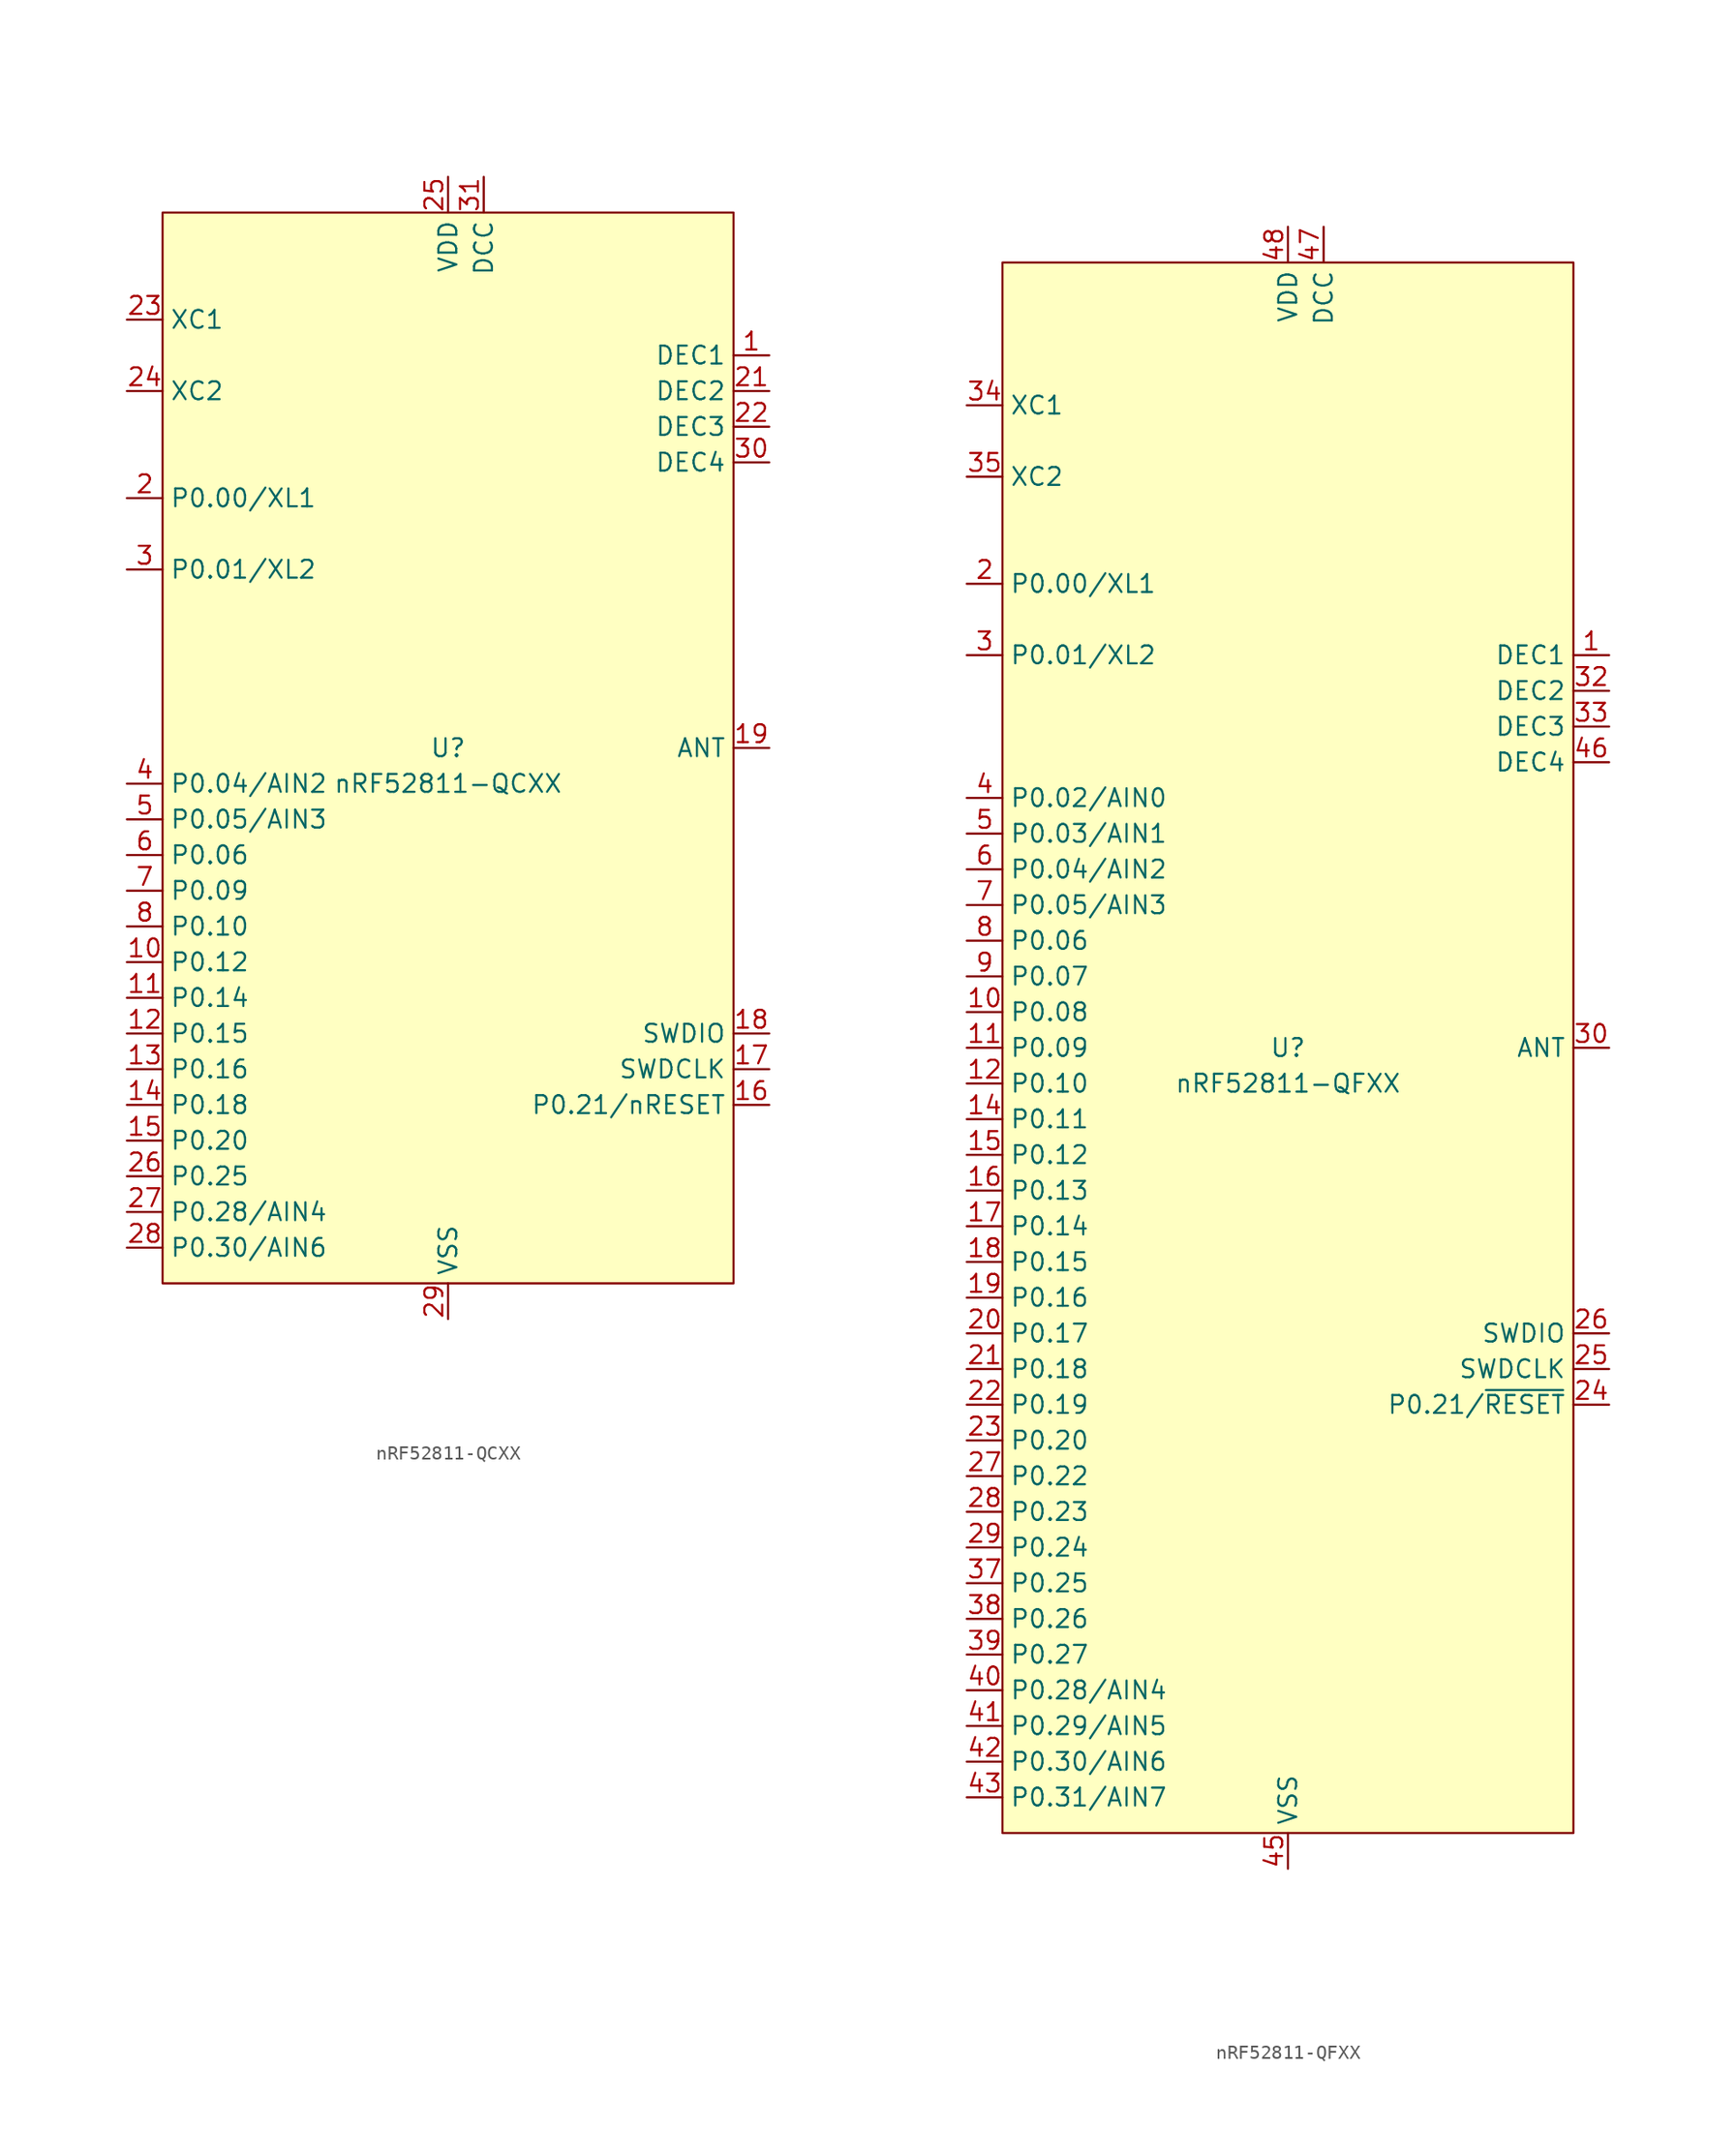
<source format=kicad_sym>
(kicad_symbol_lib
  (version 20241209)
  (generator "kicad_symbol_editor")
  (generator_version "9.0")
  (symbol "nRF52811-QCXX"
    (property "Reference" "U"
      (at 0 0 0)
      (do_not_autoplace)
      (effects (font (size 1.27 1.27))))
    (property "Value" "nRF52811-QCXX"
      (at 0 -2.54 0)
      (do_not_autoplace)
      (effects (font (size 1.27 1.27))))
    (symbol "nRF52811-QCXX_0_0"
      (pin unspecified line (at -22.86 30.48 0) (length 2.54) (name "XC1" (effects (font (size 1.27 1.27)))) (number "23" (effects (font (size 1.27 1.27)))))
      (pin unspecified line (at -22.86 25.4 0) (length 2.54) (name "XC2" (effects (font (size 1.27 1.27)))) (number "24" (effects (font (size 1.27 1.27)))))
      (pin unspecified line (at -22.86 17.78 0) (length 2.54) (name "P0.00/XL1" (effects (font (size 1.27 1.27)))) (number "2" (effects (font (size 1.27 1.27)))))
      (pin unspecified line (at -22.86 12.7 0) (length 2.54) (name "P0.01/XL2" (effects (font (size 1.27 1.27)))) (number "3" (effects (font (size 1.27 1.27)))))
      (pin unspecified line (at -22.86 -2.54 0) (length 2.54) (name "P0.04/AIN2" (effects (font (size 1.27 1.27)))) (number "4" (effects (font (size 1.27 1.27)))))
      (pin unspecified line (at -22.86 -5.08 0) (length 2.54) (name "P0.05/AIN3" (effects (font (size 1.27 1.27)))) (number "5" (effects (font (size 1.27 1.27)))))
      (pin unspecified line (at -22.86 -7.62 0) (length 2.54) (name "P0.06" (effects (font (size 1.27 1.27)))) (number "6" (effects (font (size 1.27 1.27)))))
      (pin unspecified line (at -22.86 -10.16 0) (length 2.54) (name "P0.09" (effects (font (size 1.27 1.27)))) (number "7" (effects (font (size 1.27 1.27)))))
      (pin unspecified line (at -22.86 -12.7 0) (length 2.54) (name "P0.10" (effects (font (size 1.27 1.27)))) (number "8" (effects (font (size 1.27 1.27)))))
      (pin unspecified line (at -22.86 -15.24 0) (length 2.54) (name "P0.12" (effects (font (size 1.27 1.27)))) (number "10" (effects (font (size 1.27 1.27)))))
      (pin unspecified line (at -22.86 -17.78 0) (length 2.54) (name "P0.14" (effects (font (size 1.27 1.27)))) (number "11" (effects (font (size 1.27 1.27)))))
      (pin unspecified line (at -22.86 -20.32 0) (length 2.54) (name "P0.15" (effects (font (size 1.27 1.27)))) (number "12" (effects (font (size 1.27 1.27)))))
      (pin unspecified line (at -22.86 -22.86 0) (length 2.54) (name "P0.16" (effects (font (size 1.27 1.27)))) (number "13" (effects (font (size 1.27 1.27)))))
      (pin unspecified line (at -22.86 -25.4 0) (length 2.54) (name "P0.18" (effects (font (size 1.27 1.27)))) (number "14" (effects (font (size 1.27 1.27)))))
      (pin unspecified line (at -22.86 -27.94 0) (length 2.54) (name "P0.20" (effects (font (size 1.27 1.27)))) (number "15" (effects (font (size 1.27 1.27)))))
      (pin unspecified line (at -22.86 -30.48 0) (length 2.54) (name "P0.25" (effects (font (size 1.27 1.27)))) (number "26" (effects (font (size 1.27 1.27)))))
      (pin unspecified line (at -22.86 -33.02 0) (length 2.54) (name "P0.28/AIN4" (effects (font (size 1.27 1.27)))) (number "27" (effects (font (size 1.27 1.27)))))
      (pin unspecified line (at -22.86 -35.56 0) (length 2.54) (name "P0.30/AIN6" (effects (font (size 1.27 1.27)))) (number "28" (effects (font (size 1.27 1.27)))))
      (pin unspecified line (at 0 -40.64 90) (length 2.54) (name "VSS" (effects (font (size 1.27 1.27)))) (number "29" (effects (font (size 1.27 1.27)))))
      (pin unspecified line (at 2.54 40.64 270) (length 2.54) (name "DCC" (effects (font (size 1.27 1.27)))) (number "31" (effects (font (size 1.27 1.27)))))
      (pin unspecified line (at 22.86 0 180) (length 2.54) (name "ANT" (effects (font (size 1.27 1.27)))) (number "19" (effects (font (size 1.27 1.27)))))
      (pin unspecified line (at 22.86 -20.32 180) (length 2.54) (name "SWDIO" (effects (font (size 1.27 1.27)))) (number "18" (effects (font (size 1.27 1.27)))))
      (pin unspecified line (at 22.86 -22.86 180) (length 2.54) (name "SWDCLK" (effects (font (size 1.27 1.27)))) (number "17" (effects (font (size 1.27 1.27)))))
      (pin unspecified line (at 22.86 -25.4 180) (length 2.54) (name "P0.21/nRESET" (effects (font (size 1.27 1.27)))) (number "16" (effects (font (size 1.27 1.27))))))
    (symbol "nRF52811-QCXX_1_0"
      (pin unspecified line (at 0 40.64 270) (length 2.54) (name "VDD" (effects (font (size 1.27 1.27)))) (number "25" (effects (font (size 1.27 1.27)))))
      (pin unspecified line (at 0 40.64 270) (length 2.54) (hide yes) (name "VDD" (effects (font (size 1.27 1.27)))) (number "32" (effects (font (size 1.27 1.27)))))
      (pin unspecified line (at 0 40.64 270) (length 2.54) (hide yes) (name "VDD" (effects (font (size 1.27 1.27)))) (number "9" (effects (font (size 1.27 1.27)))))
      (pin unspecified line (at 0 -40.64 90) (length 2.54) (hide yes) (name "VSS" (effects (font (size 1.27 1.27)))) (number "20" (effects (font (size 1.27 1.27)))))
      (pin unspecified line (at 0 -40.64 90) (length 2.54) (hide yes) (name "VSS" (effects (font (size 1.27 1.27)))) (number "EP" (effects (font (size 1.27 1.27)))))
      (pin unspecified line (at 22.86 27.94 180) (length 2.54) (name "DEC1" (effects (font (size 1.27 1.27)))) (number "1" (effects (font (size 1.27 1.27)))))
      (pin unspecified line (at 22.86 25.4 180) (length 2.54) (name "DEC2" (effects (font (size 1.27 1.27)))) (number "21" (effects (font (size 1.27 1.27)))))
      (pin unspecified line (at 22.86 22.86 180) (length 2.54) (name "DEC3" (effects (font (size 1.27 1.27)))) (number "22" (effects (font (size 1.27 1.27)))))
      (pin unspecified line (at 22.86 20.32 180) (length 2.54) (name "DEC4" (effects (font (size 1.27 1.27)))) (number "30" (effects (font (size 1.27 1.27))))))
    (symbol "nRF52811-QCXX_1_1"
      (rectangle (start -20.32 38.1) (end 20.32 -38.1) (stroke (width 0) (type default)) (fill (type background)))))
  (symbol "nRF52811-QFXX"
    (property "Reference" "U"
      (at 0 0 0)
      (do_not_autoplace)
      (effects (font (size 1.27 1.27))))
    (property "Value" "nRF52811-QFXX"
      (at 0 -2.54 0)
      (do_not_autoplace)
      (effects (font (size 1.27 1.27))))
    (symbol "nRF52811-QFXX_0_0"
      (pin unspecified line (at -22.86 45.72 0) (length 2.54) (name "XC1" (effects (font (size 1.27 1.27)))) (number "34" (effects (font (size 1.27 1.27)))))
      (pin unspecified line (at -22.86 40.64 0) (length 2.54) (name "XC2" (effects (font (size 1.27 1.27)))) (number "35" (effects (font (size 1.27 1.27)))))
      (pin unspecified line (at -22.86 33.02 0) (length 2.54) (name "P0.00/XL1" (effects (font (size 1.27 1.27)))) (number "2" (effects (font (size 1.27 1.27)))))
      (pin unspecified line (at -22.86 27.94 0) (length 2.54) (name "P0.01/XL2" (effects (font (size 1.27 1.27)))) (number "3" (effects (font (size 1.27 1.27)))))
      (pin unspecified line (at -22.86 17.78 0) (length 2.54) (name "P0.02/AIN0" (effects (font (size 1.27 1.27)))) (number "4" (effects (font (size 1.27 1.27)))))
      (pin unspecified line (at -22.86 15.24 0) (length 2.54) (name "P0.03/AIN1" (effects (font (size 1.27 1.27)))) (number "5" (effects (font (size 1.27 1.27)))))
      (pin unspecified line (at -22.86 12.7 0) (length 2.54) (name "P0.04/AIN2" (effects (font (size 1.27 1.27)))) (number "6" (effects (font (size 1.27 1.27)))))
      (pin unspecified line (at -22.86 10.16 0) (length 2.54) (name "P0.05/AIN3" (effects (font (size 1.27 1.27)))) (number "7" (effects (font (size 1.27 1.27)))))
      (pin unspecified line (at -22.86 7.62 0) (length 2.54) (name "P0.06" (effects (font (size 1.27 1.27)))) (number "8" (effects (font (size 1.27 1.27)))))
      (pin unspecified line (at -22.86 5.08 0) (length 2.54) (name "P0.07" (effects (font (size 1.27 1.27)))) (number "9" (effects (font (size 1.27 1.27)))))
      (pin unspecified line (at -22.86 2.54 0) (length 2.54) (name "P0.08" (effects (font (size 1.27 1.27)))) (number "10" (effects (font (size 1.27 1.27)))))
      (pin unspecified line (at -22.86 0 0) (length 2.54) (name "P0.09" (effects (font (size 1.27 1.27)))) (number "11" (effects (font (size 1.27 1.27)))))
      (pin unspecified line (at -22.86 -2.54 0) (length 2.54) (name "P0.10" (effects (font (size 1.27 1.27)))) (number "12" (effects (font (size 1.27 1.27)))))
      (pin unspecified line (at -22.86 -5.08 0) (length 2.54) (name "P0.11" (effects (font (size 1.27 1.27)))) (number "14" (effects (font (size 1.27 1.27)))))
      (pin unspecified line (at -22.86 -7.62 0) (length 2.54) (name "P0.12" (effects (font (size 1.27 1.27)))) (number "15" (effects (font (size 1.27 1.27)))))
      (pin unspecified line (at -22.86 -10.16 0) (length 2.54) (name "P0.13" (effects (font (size 1.27 1.27)))) (number "16" (effects (font (size 1.27 1.27)))))
      (pin unspecified line (at -22.86 -12.7 0) (length 2.54) (name "P0.14" (effects (font (size 1.27 1.27)))) (number "17" (effects (font (size 1.27 1.27)))))
      (pin unspecified line (at -22.86 -15.24 0) (length 2.54) (name "P0.15" (effects (font (size 1.27 1.27)))) (number "18" (effects (font (size 1.27 1.27)))))
      (pin unspecified line (at -22.86 -17.78 0) (length 2.54) (name "P0.16" (effects (font (size 1.27 1.27)))) (number "19" (effects (font (size 1.27 1.27)))))
      (pin unspecified line (at -22.86 -20.32 0) (length 2.54) (name "P0.17" (effects (font (size 1.27 1.27)))) (number "20" (effects (font (size 1.27 1.27)))))
      (pin unspecified line (at -22.86 -22.86 0) (length 2.54) (name "P0.18" (effects (font (size 1.27 1.27)))) (number "21" (effects (font (size 1.27 1.27)))))
      (pin unspecified line (at -22.86 -25.4 0) (length 2.54) (name "P0.19" (effects (font (size 1.27 1.27)))) (number "22" (effects (font (size 1.27 1.27)))))
      (pin unspecified line (at -22.86 -27.94 0) (length 2.54) (name "P0.20" (effects (font (size 1.27 1.27)))) (number "23" (effects (font (size 1.27 1.27)))))
      (pin unspecified line (at -22.86 -30.48 0) (length 2.54) (name "P0.22" (effects (font (size 1.27 1.27)))) (number "27" (effects (font (size 1.27 1.27)))))
      (pin unspecified line (at -22.86 -33.02 0) (length 2.54) (name "P0.23" (effects (font (size 1.27 1.27)))) (number "28" (effects (font (size 1.27 1.27)))))
      (pin unspecified line (at -22.86 -35.56 0) (length 2.54) (name "P0.24" (effects (font (size 1.27 1.27)))) (number "29" (effects (font (size 1.27 1.27)))))
      (pin unspecified line (at -22.86 -38.1 0) (length 2.54) (name "P0.25" (effects (font (size 1.27 1.27)))) (number "37" (effects (font (size 1.27 1.27)))))
      (pin unspecified line (at -22.86 -40.64 0) (length 2.54) (name "P0.26" (effects (font (size 1.27 1.27)))) (number "38" (effects (font (size 1.27 1.27)))))
      (pin unspecified line (at -22.86 -43.18 0) (length 2.54) (name "P0.27" (effects (font (size 1.27 1.27)))) (number "39" (effects (font (size 1.27 1.27)))))
      (pin unspecified line (at -22.86 -45.72 0) (length 2.54) (name "P0.28/AIN4" (effects (font (size 1.27 1.27)))) (number "40" (effects (font (size 1.27 1.27)))))
      (pin unspecified line (at -22.86 -48.26 0) (length 2.54) (name "P0.29/AIN5" (effects (font (size 1.27 1.27)))) (number "41" (effects (font (size 1.27 1.27)))))
      (pin unspecified line (at -22.86 -50.8 0) (length 2.54) (name "P0.30/AIN6" (effects (font (size 1.27 1.27)))) (number "42" (effects (font (size 1.27 1.27)))))
      (pin unspecified line (at -22.86 -53.34 0) (length 2.54) (name "P0.31/AIN7" (effects (font (size 1.27 1.27)))) (number "43" (effects (font (size 1.27 1.27)))))
      (pin unspecified line (at 0 -58.42 90) (length 2.54) (name "VSS" (effects (font (size 1.27 1.27)))) (number "45" (effects (font (size 1.27 1.27)))))
      (pin unspecified line (at 2.54 58.42 270) (length 2.54) (name "DCC" (effects (font (size 1.27 1.27)))) (number "47" (effects (font (size 1.27 1.27)))))
      (pin unspecified line (at 22.86 0 180) (length 2.54) (name "ANT" (effects (font (size 1.27 1.27)))) (number "30" (effects (font (size 1.27 1.27)))))
      (pin unspecified line (at 22.86 -20.32 180) (length 2.54) (name "SWDIO" (effects (font (size 1.27 1.27)))) (number "26" (effects (font (size 1.27 1.27)))))
      (pin unspecified line (at 22.86 -22.86 180) (length 2.54) (name "SWDCLK" (effects (font (size 1.27 1.27)))) (number "25" (effects (font (size 1.27 1.27))))))
    (symbol "nRF52811-QFXX_1_0"
      (pin unspecified line (at 0 58.42 270) (length 2.54) (hide yes) (name "VDD" (effects (font (size 1.27 1.27)))) (number "13" (effects (font (size 1.27 1.27)))))
      (pin unspecified line (at 0 58.42 270) (length 2.54) (hide yes) (name "VDD" (effects (font (size 1.27 1.27)))) (number "36" (effects (font (size 1.27 1.27)))))
      (pin unspecified line (at 0 58.42 270) (length 2.54) (name "VDD" (effects (font (size 1.27 1.27)))) (number "48" (effects (font (size 1.27 1.27)))))
      (pin no_connect line (at 0 -55.88 90) (length 2.54) (hide yes) (name "NC" (effects (font (size 1.27 1.27)))) (number "44" (effects (font (size 1.27 1.27)))))
      (pin unspecified line (at 0 -58.42 90) (length 2.54) (hide yes) (name "VSS" (effects (font (size 1.27 1.27)))) (number "31" (effects (font (size 1.27 1.27)))))
      (pin unspecified line (at 0 -58.42 90) (length 2.54) (hide yes) (name "VSS" (effects (font (size 1.27 1.27)))) (number "EP" (effects (font (size 1.27 1.27)))))
      (pin unspecified line (at 22.86 27.94 180) (length 2.54) (name "DEC1" (effects (font (size 1.27 1.27)))) (number "1" (effects (font (size 1.27 1.27)))))
      (pin unspecified line (at 22.86 25.4 180) (length 2.54) (name "DEC2" (effects (font (size 1.27 1.27)))) (number "32" (effects (font (size 1.27 1.27)))))
      (pin unspecified line (at 22.86 22.86 180) (length 2.54) (name "DEC3" (effects (font (size 1.27 1.27)))) (number "33" (effects (font (size 1.27 1.27)))))
      (pin unspecified line (at 22.86 20.32 180) (length 2.54) (name "DEC4" (effects (font (size 1.27 1.27)))) (number "46" (effects (font (size 1.27 1.27)))))
      (pin unspecified line (at 22.86 -25.4 180) (length 2.54) (name "P0.21/~{RESET}" (effects (font (size 1.27 1.27)))) (number "24" (effects (font (size 1.27 1.27))))))
    (symbol "nRF52811-QFXX_1_1"
      (rectangle (start -20.32 55.88) (end 20.32 -55.88) (stroke (width 0) (type default)) (fill (type background))))))
</source>
